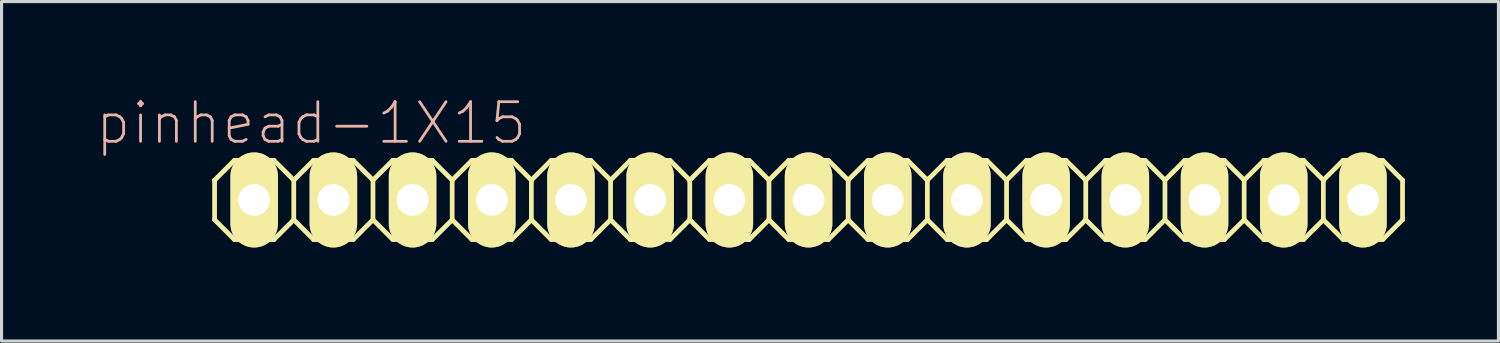
<source format=kicad_pcb>
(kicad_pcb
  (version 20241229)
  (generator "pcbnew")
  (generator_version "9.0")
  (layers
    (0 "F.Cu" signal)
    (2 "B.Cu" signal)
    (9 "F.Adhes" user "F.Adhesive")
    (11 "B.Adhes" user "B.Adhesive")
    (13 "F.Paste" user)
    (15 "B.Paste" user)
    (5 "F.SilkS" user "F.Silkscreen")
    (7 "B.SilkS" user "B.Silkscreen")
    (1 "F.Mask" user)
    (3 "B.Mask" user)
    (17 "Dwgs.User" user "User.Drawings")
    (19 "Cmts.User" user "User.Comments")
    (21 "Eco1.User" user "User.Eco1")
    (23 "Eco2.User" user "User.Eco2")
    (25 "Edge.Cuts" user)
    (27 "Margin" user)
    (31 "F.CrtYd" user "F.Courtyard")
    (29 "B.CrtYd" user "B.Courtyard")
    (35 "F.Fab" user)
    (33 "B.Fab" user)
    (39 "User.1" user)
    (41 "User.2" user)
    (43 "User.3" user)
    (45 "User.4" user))
  (footprint "pinhead-1X15"
    (layer "F.Cu")
    (at 22.882 3.363)
    (property "Reference" "pinhead-1X15" (at -15.951 -2.464 0) (layer "B.SilkS") (effects (font (size 1.27 1.27) (thickness 0.089))))
    (attr exclude_from_pos_files exclude_from_bom)
    (fp_line (start -19.05 -0.635) (end -19.05 0.635) (stroke (width 0.152) (type solid)) (layer "F.SilkS"))
    (fp_line (start -19.05 0.635) (end -18.415 1.27) (stroke (width 0.152) (type solid)) (layer "F.SilkS"))
    (fp_line (start -18.415 -1.27) (end -19.05 -0.635) (stroke (width 0.152) (type solid)) (layer "F.SilkS"))
    (fp_line (start -18.415 -1.27) (end -17.145 -1.27) (stroke (width 0.152) (type solid)) (layer "F.SilkS"))
    (fp_line (start -18.034 -0.254) (end -17.523 -0.254) (stroke (width 0.066) (type solid)) (layer "F.SilkS"))
    (fp_line (start -18.034 0.254) (end -18.034 -0.254) (stroke (width 0.066) (type solid)) (layer "F.SilkS"))
    (fp_line (start -18.034 0.254) (end -17.523 0.254) (stroke (width 0.066) (type solid)) (layer "F.SilkS"))
    (fp_line (start -17.523 0.254) (end -17.523 -0.254) (stroke (width 0.066) (type solid)) (layer "F.SilkS"))
    (fp_line (start -17.145 -1.27) (end -16.51 -0.635) (stroke (width 0.152) (type solid)) (layer "F.SilkS"))
    (fp_line (start -17.145 1.27) (end -18.415 1.27) (stroke (width 0.152) (type solid)) (layer "F.SilkS"))
    (fp_line (start -16.51 -0.635) (end -16.51 0.635) (stroke (width 0.152) (type solid)) (layer "F.SilkS"))
    (fp_line (start -16.51 -0.635) (end -15.875 -1.27) (stroke (width 0.152) (type solid)) (layer "F.SilkS"))
    (fp_line (start -16.51 0.635) (end -17.145 1.27) (stroke (width 0.152) (type solid)) (layer "F.SilkS"))
    (fp_line (start -15.875 -1.27) (end -14.605 -1.27) (stroke (width 0.152) (type solid)) (layer "F.SilkS"))
    (fp_line (start -15.875 1.27) (end -16.51 0.635) (stroke (width 0.152) (type solid)) (layer "F.SilkS"))
    (fp_line (start -15.494 -0.254) (end -14.986 -0.254) (stroke (width 0.066) (type solid)) (layer "F.SilkS"))
    (fp_line (start -15.494 0.254) (end -15.494 -0.254) (stroke (width 0.066) (type solid)) (layer "F.SilkS"))
    (fp_line (start -15.494 0.254) (end -14.986 0.254) (stroke (width 0.066) (type solid)) (layer "F.SilkS"))
    (fp_line (start -14.986 0.254) (end -14.986 -0.254) (stroke (width 0.066) (type solid)) (layer "F.SilkS"))
    (fp_line (start -14.605 -1.27) (end -13.97 -0.635) (stroke (width 0.152) (type solid)) (layer "F.SilkS"))
    (fp_line (start -14.605 1.27) (end -15.875 1.27) (stroke (width 0.152) (type solid)) (layer "F.SilkS"))
    (fp_line (start -13.97 -0.635) (end -13.97 0.635) (stroke (width 0.152) (type solid)) (layer "F.SilkS"))
    (fp_line (start -13.97 -0.635) (end -13.335 -1.27) (stroke (width 0.152) (type solid)) (layer "F.SilkS"))
    (fp_line (start -13.97 0.635) (end -14.605 1.27) (stroke (width 0.152) (type solid)) (layer "F.SilkS"))
    (fp_line (start -13.335 -1.27) (end -12.065 -1.27) (stroke (width 0.152) (type solid)) (layer "F.SilkS"))
    (fp_line (start -13.335 1.27) (end -13.97 0.635) (stroke (width 0.152) (type solid)) (layer "F.SilkS"))
    (fp_line (start -12.954 -0.254) (end -12.446 -0.254) (stroke (width 0.066) (type solid)) (layer "F.SilkS"))
    (fp_line (start -12.954 0.254) (end -12.954 -0.254) (stroke (width 0.066) (type solid)) (layer "F.SilkS"))
    (fp_line (start -12.954 0.254) (end -12.446 0.254) (stroke (width 0.066) (type solid)) (layer "F.SilkS"))
    (fp_line (start -12.446 0.254) (end -12.446 -0.254) (stroke (width 0.066) (type solid)) (layer "F.SilkS"))
    (fp_line (start -12.065 -1.27) (end -11.43 -0.635) (stroke (width 0.152) (type solid)) (layer "F.SilkS"))
    (fp_line (start -12.065 1.27) (end -13.335 1.27) (stroke (width 0.152) (type solid)) (layer "F.SilkS"))
    (fp_line (start -11.43 -0.635) (end -11.43 0.635) (stroke (width 0.152) (type solid)) (layer "F.SilkS"))
    (fp_line (start -11.43 0.635) (end -12.065 1.27) (stroke (width 0.152) (type solid)) (layer "F.SilkS"))
    (fp_line (start -11.43 0.635) (end -10.795 1.27) (stroke (width 0.152) (type solid)) (layer "F.SilkS"))
    (fp_line (start -10.795 -1.27) (end -11.43 -0.635) (stroke (width 0.152) (type solid)) (layer "F.SilkS"))
    (fp_line (start -10.795 -1.27) (end -9.525 -1.27) (stroke (width 0.152) (type solid)) (layer "F.SilkS"))
    (fp_line (start -10.414 -0.254) (end -9.906 -0.254) (stroke (width 0.066) (type solid)) (layer "F.SilkS"))
    (fp_line (start -10.414 0.254) (end -10.414 -0.254) (stroke (width 0.066) (type solid)) (layer "F.SilkS"))
    (fp_line (start -10.414 0.254) (end -9.906 0.254) (stroke (width 0.066) (type solid)) (layer "F.SilkS"))
    (fp_line (start -9.906 0.254) (end -9.906 -0.254) (stroke (width 0.066) (type solid)) (layer "F.SilkS"))
    (fp_line (start -9.525 -1.27) (end -8.89 -0.635) (stroke (width 0.152) (type solid)) (layer "F.SilkS"))
    (fp_line (start -9.525 1.27) (end -10.795 1.27) (stroke (width 0.152) (type solid)) (layer "F.SilkS"))
    (fp_line (start -8.89 -0.635) (end -8.89 0.635) (stroke (width 0.152) (type solid)) (layer "F.SilkS"))
    (fp_line (start -8.89 -0.635) (end -8.255 -1.27) (stroke (width 0.152) (type solid)) (layer "F.SilkS"))
    (fp_line (start -8.89 0.635) (end -9.525 1.27) (stroke (width 0.152) (type solid)) (layer "F.SilkS"))
    (fp_line (start -8.255 -1.27) (end -6.985 -1.27) (stroke (width 0.152) (type solid)) (layer "F.SilkS"))
    (fp_line (start -8.255 1.27) (end -8.89 0.635) (stroke (width 0.152) (type solid)) (layer "F.SilkS"))
    (fp_line (start -7.874 -0.254) (end -7.366 -0.254) (stroke (width 0.066) (type solid)) (layer "F.SilkS"))
    (fp_line (start -7.874 0.254) (end -7.874 -0.254) (stroke (width 0.066) (type solid)) (layer "F.SilkS"))
    (fp_line (start -7.874 0.254) (end -7.366 0.254) (stroke (width 0.066) (type solid)) (layer "F.SilkS"))
    (fp_line (start -7.366 0.254) (end -7.366 -0.254) (stroke (width 0.066) (type solid)) (layer "F.SilkS"))
    (fp_line (start -6.985 -1.27) (end -6.35 -0.635) (stroke (width 0.152) (type solid)) (layer "F.SilkS"))
    (fp_line (start -6.985 1.27) (end -8.255 1.27) (stroke (width 0.152) (type solid)) (layer "F.SilkS"))
    (fp_line (start -6.35 -0.635) (end -6.35 0.635) (stroke (width 0.152) (type solid)) (layer "F.SilkS"))
    (fp_line (start -6.35 -0.635) (end -5.715 -1.27) (stroke (width 0.152) (type solid)) (layer "F.SilkS"))
    (fp_line (start -6.35 0.635) (end -6.985 1.27) (stroke (width 0.152) (type solid)) (layer "F.SilkS"))
    (fp_line (start -5.715 -1.27) (end -4.445 -1.27) (stroke (width 0.152) (type solid)) (layer "F.SilkS"))
    (fp_line (start -5.715 1.27) (end -6.35 0.635) (stroke (width 0.152) (type solid)) (layer "F.SilkS"))
    (fp_line (start -5.334 -0.254) (end -4.826 -0.254) (stroke (width 0.066) (type solid)) (layer "F.SilkS"))
    (fp_line (start -5.334 0.254) (end -5.334 -0.254) (stroke (width 0.066) (type solid)) (layer "F.SilkS"))
    (fp_line (start -5.334 0.254) (end -4.826 0.254) (stroke (width 0.066) (type solid)) (layer "F.SilkS"))
    (fp_line (start -4.826 0.254) (end -4.826 -0.254) (stroke (width 0.066) (type solid)) (layer "F.SilkS"))
    (fp_line (start -4.445 -1.27) (end -3.81 -0.635) (stroke (width 0.152) (type solid)) (layer "F.SilkS"))
    (fp_line (start -4.445 1.27) (end -5.715 1.27) (stroke (width 0.152) (type solid)) (layer "F.SilkS"))
    (fp_line (start -3.81 -0.635) (end -3.81 0.635) (stroke (width 0.152) (type solid)) (layer "F.SilkS"))
    (fp_line (start -3.81 0.635) (end -4.445 1.27) (stroke (width 0.152) (type solid)) (layer "F.SilkS"))
    (fp_line (start -3.81 0.635) (end -3.175 1.27) (stroke (width 0.152) (type solid)) (layer "F.SilkS"))
    (fp_line (start -3.175 -1.27) (end -3.81 -0.635) (stroke (width 0.152) (type solid)) (layer "F.SilkS"))
    (fp_line (start -3.175 -1.27) (end -1.905 -1.27) (stroke (width 0.152) (type solid)) (layer "F.SilkS"))
    (fp_line (start -2.794 -0.254) (end -2.286 -0.254) (stroke (width 0.066) (type solid)) (layer "F.SilkS"))
    (fp_line (start -2.794 0.254) (end -2.794 -0.254) (stroke (width 0.066) (type solid)) (layer "F.SilkS"))
    (fp_line (start -2.794 0.254) (end -2.286 0.254) (stroke (width 0.066) (type solid)) (layer "F.SilkS"))
    (fp_line (start -2.286 0.254) (end -2.286 -0.254) (stroke (width 0.066) (type solid)) (layer "F.SilkS"))
    (fp_line (start -1.905 -1.27) (end -1.27 -0.635) (stroke (width 0.152) (type solid)) (layer "F.SilkS"))
    (fp_line (start -1.905 1.27) (end -3.175 1.27) (stroke (width 0.152) (type solid)) (layer "F.SilkS"))
    (fp_line (start -1.27 -0.635) (end -1.27 0.635) (stroke (width 0.152) (type solid)) (layer "F.SilkS"))
    (fp_line (start -1.27 -0.635) (end -0.635 -1.27) (stroke (width 0.152) (type solid)) (layer "F.SilkS"))
    (fp_line (start -1.27 0.635) (end -1.905 1.27) (stroke (width 0.152) (type solid)) (layer "F.SilkS"))
    (fp_line (start -0.635 -1.27) (end 0.635 -1.27) (stroke (width 0.152) (type solid)) (layer "F.SilkS"))
    (fp_line (start -0.635 1.27) (end -1.27 0.635) (stroke (width 0.152) (type solid)) (layer "F.SilkS"))
    (fp_line (start -0.254 -0.254) (end 0.254 -0.254) (stroke (width 0.066) (type solid)) (layer "F.SilkS"))
    (fp_line (start -0.254 0.254) (end -0.254 -0.254) (stroke (width 0.066) (type solid)) (layer "F.SilkS"))
    (fp_line (start -0.254 0.254) (end 0.254 0.254) (stroke (width 0.066) (type solid)) (layer "F.SilkS"))
    (fp_line (start 0.254 0.254) (end 0.254 -0.254) (stroke (width 0.066) (type solid)) (layer "F.SilkS"))
    (fp_line (start 0.635 -1.27) (end 1.27 -0.635) (stroke (width 0.152) (type solid)) (layer "F.SilkS"))
    (fp_line (start 0.635 1.27) (end -0.635 1.27) (stroke (width 0.152) (type solid)) (layer "F.SilkS"))
    (fp_line (start 1.27 -0.635) (end 1.27 0.635) (stroke (width 0.152) (type solid)) (layer "F.SilkS"))
    (fp_line (start 1.27 -0.635) (end 1.905 -1.27) (stroke (width 0.152) (type solid)) (layer "F.SilkS"))
    (fp_line (start 1.27 0.635) (end 0.635 1.27) (stroke (width 0.152) (type solid)) (layer "F.SilkS"))
    (fp_line (start 1.905 -1.27) (end 3.175 -1.27) (stroke (width 0.152) (type solid)) (layer "F.SilkS"))
    (fp_line (start 1.905 1.27) (end 1.27 0.635) (stroke (width 0.152) (type solid)) (layer "F.SilkS"))
    (fp_line (start 2.286 -0.254) (end 2.794 -0.254) (stroke (width 0.066) (type solid)) (layer "F.SilkS"))
    (fp_line (start 2.286 0.254) (end 2.286 -0.254) (stroke (width 0.066) (type solid)) (layer "F.SilkS"))
    (fp_line (start 2.286 0.254) (end 2.794 0.254) (stroke (width 0.066) (type solid)) (layer "F.SilkS"))
    (fp_line (start 2.794 0.254) (end 2.794 -0.254) (stroke (width 0.066) (type solid)) (layer "F.SilkS"))
    (fp_line (start 3.175 -1.27) (end 3.81 -0.635) (stroke (width 0.152) (type solid)) (layer "F.SilkS"))
    (fp_line (start 3.175 1.27) (end 1.905 1.27) (stroke (width 0.152) (type solid)) (layer "F.SilkS"))
    (fp_line (start 3.81 -0.635) (end 3.81 0.635) (stroke (width 0.152) (type solid)) (layer "F.SilkS"))
    (fp_line (start 3.81 0.635) (end 3.175 1.27) (stroke (width 0.152) (type solid)) (layer "F.SilkS"))
    (fp_line (start 3.81 0.635) (end 4.445 1.27) (stroke (width 0.152) (type solid)) (layer "F.SilkS"))
    (fp_line (start 4.445 -1.27) (end 3.81 -0.635) (stroke (width 0.152) (type solid)) (layer "F.SilkS"))
    (fp_line (start 4.445 -1.27) (end 5.715 -1.27) (stroke (width 0.152) (type solid)) (layer "F.SilkS"))
    (fp_line (start 4.826 -0.254) (end 5.334 -0.254) (stroke (width 0.066) (type solid)) (layer "F.SilkS"))
    (fp_line (start 4.826 0.254) (end 4.826 -0.254) (stroke (width 0.066) (type solid)) (layer "F.SilkS"))
    (fp_line (start 4.826 0.254) (end 5.334 0.254) (stroke (width 0.066) (type solid)) (layer "F.SilkS"))
    (fp_line (start 5.334 0.254) (end 5.334 -0.254) (stroke (width 0.066) (type solid)) (layer "F.SilkS"))
    (fp_line (start 5.715 -1.27) (end 6.35 -0.635) (stroke (width 0.152) (type solid)) (layer "F.SilkS"))
    (fp_line (start 5.715 1.27) (end 4.445 1.27) (stroke (width 0.152) (type solid)) (layer "F.SilkS"))
    (fp_line (start 6.35 -0.635) (end 6.35 0.635) (stroke (width 0.152) (type solid)) (layer "F.SilkS"))
    (fp_line (start 6.35 -0.635) (end 6.985 -1.27) (stroke (width 0.152) (type solid)) (layer "F.SilkS"))
    (fp_line (start 6.35 0.635) (end 5.715 1.27) (stroke (width 0.152) (type solid)) (layer "F.SilkS"))
    (fp_line (start 6.985 -1.27) (end 8.255 -1.27) (stroke (width 0.152) (type solid)) (layer "F.SilkS"))
    (fp_line (start 6.985 1.27) (end 6.35 0.635) (stroke (width 0.152) (type solid)) (layer "F.SilkS"))
    (fp_line (start 7.366 -0.254) (end 7.874 -0.254) (stroke (width 0.066) (type solid)) (layer "F.SilkS"))
    (fp_line (start 7.366 0.254) (end 7.366 -0.254) (stroke (width 0.066) (type solid)) (layer "F.SilkS"))
    (fp_line (start 7.366 0.254) (end 7.874 0.254) (stroke (width 0.066) (type solid)) (layer "F.SilkS"))
    (fp_line (start 7.874 0.254) (end 7.874 -0.254) (stroke (width 0.066) (type solid)) (layer "F.SilkS"))
    (fp_line (start 8.255 -1.27) (end 8.89 -0.635) (stroke (width 0.152) (type solid)) (layer "F.SilkS"))
    (fp_line (start 8.255 1.27) (end 6.985 1.27) (stroke (width 0.152) (type solid)) (layer "F.SilkS"))
    (fp_line (start 8.89 -0.635) (end 8.89 0.635) (stroke (width 0.152) (type solid)) (layer "F.SilkS"))
    (fp_line (start 8.89 -0.635) (end 9.525 -1.27) (stroke (width 0.152) (type solid)) (layer "F.SilkS"))
    (fp_line (start 8.89 0.635) (end 8.255 1.27) (stroke (width 0.152) (type solid)) (layer "F.SilkS"))
    (fp_line (start 9.525 -1.27) (end 10.795 -1.27) (stroke (width 0.152) (type solid)) (layer "F.SilkS"))
    (fp_line (start 9.525 1.27) (end 8.89 0.635) (stroke (width 0.152) (type solid)) (layer "F.SilkS"))
    (fp_line (start 9.906 -0.254) (end 10.414 -0.254) (stroke (width 0.066) (type solid)) (layer "F.SilkS"))
    (fp_line (start 9.906 0.254) (end 9.906 -0.254) (stroke (width 0.066) (type solid)) (layer "F.SilkS"))
    (fp_line (start 9.906 0.254) (end 10.414 0.254) (stroke (width 0.066) (type solid)) (layer "F.SilkS"))
    (fp_line (start 10.414 0.254) (end 10.414 -0.254) (stroke (width 0.066) (type solid)) (layer "F.SilkS"))
    (fp_line (start 10.795 -1.27) (end 11.43 -0.635) (stroke (width 0.152) (type solid)) (layer "F.SilkS"))
    (fp_line (start 10.795 1.27) (end 9.525 1.27) (stroke (width 0.152) (type solid)) (layer "F.SilkS"))
    (fp_line (start 11.43 -0.635) (end 11.43 0.635) (stroke (width 0.152) (type solid)) (layer "F.SilkS"))
    (fp_line (start 11.43 0.635) (end 10.795 1.27) (stroke (width 0.152) (type solid)) (layer "F.SilkS"))
    (fp_line (start 11.43 0.635) (end 12.065 1.27) (stroke (width 0.152) (type solid)) (layer "F.SilkS"))
    (fp_line (start 12.065 -1.27) (end 11.43 -0.635) (stroke (width 0.152) (type solid)) (layer "F.SilkS"))
    (fp_line (start 12.065 -1.27) (end 13.335 -1.27) (stroke (width 0.152) (type solid)) (layer "F.SilkS"))
    (fp_line (start 12.446 -0.254) (end 12.954 -0.254) (stroke (width 0.066) (type solid)) (layer "F.SilkS"))
    (fp_line (start 12.446 0.254) (end 12.446 -0.254) (stroke (width 0.066) (type solid)) (layer "F.SilkS"))
    (fp_line (start 12.446 0.254) (end 12.954 0.254) (stroke (width 0.066) (type solid)) (layer "F.SilkS"))
    (fp_line (start 12.954 0.254) (end 12.954 -0.254) (stroke (width 0.066) (type solid)) (layer "F.SilkS"))
    (fp_line (start 13.335 -1.27) (end 13.97 -0.635) (stroke (width 0.152) (type solid)) (layer "F.SilkS"))
    (fp_line (start 13.335 1.27) (end 12.065 1.27) (stroke (width 0.152) (type solid)) (layer "F.SilkS"))
    (fp_line (start 13.97 -0.635) (end 13.97 0.635) (stroke (width 0.152) (type solid)) (layer "F.SilkS"))
    (fp_line (start 13.97 -0.635) (end 14.605 -1.27) (stroke (width 0.152) (type solid)) (layer "F.SilkS"))
    (fp_line (start 13.97 0.635) (end 13.335 1.27) (stroke (width 0.152) (type solid)) (layer "F.SilkS"))
    (fp_line (start 14.605 -1.27) (end 15.875 -1.27) (stroke (width 0.152) (type solid)) (layer "F.SilkS"))
    (fp_line (start 14.605 1.27) (end 13.97 0.635) (stroke (width 0.152) (type solid)) (layer "F.SilkS"))
    (fp_line (start 14.986 -0.254) (end 15.494 -0.254) (stroke (width 0.066) (type solid)) (layer "F.SilkS"))
    (fp_line (start 14.986 0.254) (end 14.986 -0.254) (stroke (width 0.066) (type solid)) (layer "F.SilkS"))
    (fp_line (start 14.986 0.254) (end 15.494 0.254) (stroke (width 0.066) (type solid)) (layer "F.SilkS"))
    (fp_line (start 15.494 0.254) (end 15.494 -0.254) (stroke (width 0.066) (type solid)) (layer "F.SilkS"))
    (fp_line (start 15.875 -1.27) (end 16.51 -0.635) (stroke (width 0.152) (type solid)) (layer "F.SilkS"))
    (fp_line (start 15.875 1.27) (end 14.605 1.27) (stroke (width 0.152) (type solid)) (layer "F.SilkS"))
    (fp_line (start 16.51 -0.635) (end 16.51 0.635) (stroke (width 0.152) (type solid)) (layer "F.SilkS"))
    (fp_line (start 16.51 -0.635) (end 17.145 -1.27) (stroke (width 0.152) (type solid)) (layer "F.SilkS"))
    (fp_line (start 16.51 0.635) (end 15.875 1.27) (stroke (width 0.152) (type solid)) (layer "F.SilkS"))
    (fp_line (start 17.145 -1.27) (end 18.415 -1.27) (stroke (width 0.152) (type solid)) (layer "F.SilkS"))
    (fp_line (start 17.145 1.27) (end 16.51 0.635) (stroke (width 0.152) (type solid)) (layer "F.SilkS"))
    (fp_line (start 17.523 -0.254) (end 18.034 -0.254) (stroke (width 0.066) (type solid)) (layer "F.SilkS"))
    (fp_line (start 17.523 0.254) (end 17.523 -0.254) (stroke (width 0.066) (type solid)) (layer "F.SilkS"))
    (fp_line (start 17.523 0.254) (end 18.034 0.254) (stroke (width 0.066) (type solid)) (layer "F.SilkS"))
    (fp_line (start 18.034 0.254) (end 18.034 -0.254) (stroke (width 0.066) (type solid)) (layer "F.SilkS"))
    (fp_line (start 18.415 -1.27) (end 19.05 -0.635) (stroke (width 0.152) (type solid)) (layer "F.SilkS"))
    (fp_line (start 18.415 1.27) (end 17.145 1.27) (stroke (width 0.152) (type solid)) (layer "F.SilkS"))
    (fp_line (start 19.05 -0.635) (end 19.05 0.635) (stroke (width 0.152) (type solid)) (layer "F.SilkS"))
    (fp_line (start 19.05 0.635) (end 18.415 1.27) (stroke (width 0.152) (type solid)) (layer "F.SilkS"))
    (pad "1" thru_hole oval (at -17.78 0) (size 1.524 3.048) (drill 1.016) (layers "*.Cu" "F.Mask" "F.SilkS" "F.Paste"))
    (pad "2" thru_hole oval (at -15.24 0) (size 1.524 3.048) (drill 1.016) (layers "*.Cu" "F.Mask" "F.SilkS" "F.Paste"))
    (pad "3" thru_hole oval (at -12.7 0) (size 1.524 3.048) (drill 1.016) (layers "*.Cu" "F.Mask" "F.SilkS" "F.Paste"))
    (pad "4" thru_hole oval (at -10.16 0) (size 1.524 3.048) (drill 1.016) (layers "*.Cu" "F.Mask" "F.SilkS" "F.Paste"))
    (pad "5" thru_hole oval (at -7.62 0) (size 1.524 3.048) (drill 1.016) (layers "*.Cu" "F.Mask" "F.SilkS" "F.Paste"))
    (pad "6" thru_hole oval (at -5.08 0) (size 1.524 3.048) (drill 1.016) (layers "*.Cu" "F.Mask" "F.SilkS" "F.Paste"))
    (pad "7" thru_hole oval (at -2.54 0) (size 1.524 3.048) (drill 1.016) (layers "*.Cu" "F.Mask" "F.SilkS" "F.Paste"))
    (pad "8" thru_hole oval (at 0 0) (size 1.524 3.048) (drill 1.016) (layers "*.Cu" "F.Mask" "F.SilkS" "F.Paste"))
    (pad "9" thru_hole oval (at 2.54 0) (size 1.524 3.048) (drill 1.016) (layers "*.Cu" "F.Mask" "F.SilkS" "F.Paste"))
    (pad "10" thru_hole oval (at 5.08 0) (size 1.524 3.048) (drill 1.016) (layers "*.Cu" "F.Mask" "F.SilkS" "F.Paste"))
    (pad "11" thru_hole oval (at 7.62 0) (size 1.524 3.048) (drill 1.016) (layers "*.Cu" "F.Mask" "F.SilkS" "F.Paste"))
    (pad "12" thru_hole oval (at 10.16 0) (size 1.524 3.048) (drill 1.016) (layers "*.Cu" "F.Mask" "F.SilkS" "F.Paste"))
    (pad "13" thru_hole oval (at 12.7 0) (size 1.524 3.048) (drill 1.016) (layers "*.Cu" "F.Mask" "F.SilkS" "F.Paste"))
    (pad "14" thru_hole oval (at 15.24 0) (size 1.524 3.048) (drill 1.016) (layers "*.Cu" "F.Mask" "F.SilkS" "F.Paste"))
    (pad "15" thru_hole oval (at 17.78 0) (size 1.524 3.048) (drill 1.016) (layers "*.Cu" "F.Mask" "F.SilkS" "F.Paste")))
  (gr_rect
    (start -3 -3)
    (end 45.008 7.887)
    (stroke (width 0.1) (type default))
    (fill no)
    (layer "Edge.Cuts")))
</source>
